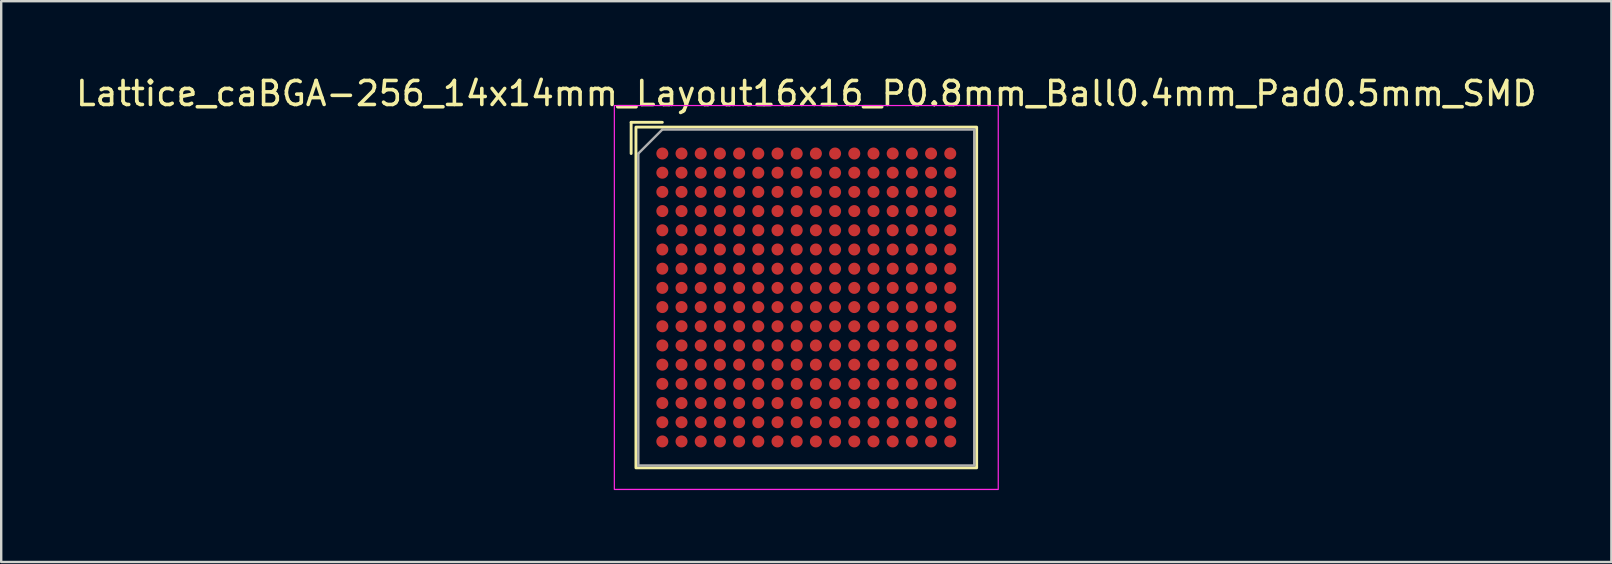
<source format=kicad_pcb>
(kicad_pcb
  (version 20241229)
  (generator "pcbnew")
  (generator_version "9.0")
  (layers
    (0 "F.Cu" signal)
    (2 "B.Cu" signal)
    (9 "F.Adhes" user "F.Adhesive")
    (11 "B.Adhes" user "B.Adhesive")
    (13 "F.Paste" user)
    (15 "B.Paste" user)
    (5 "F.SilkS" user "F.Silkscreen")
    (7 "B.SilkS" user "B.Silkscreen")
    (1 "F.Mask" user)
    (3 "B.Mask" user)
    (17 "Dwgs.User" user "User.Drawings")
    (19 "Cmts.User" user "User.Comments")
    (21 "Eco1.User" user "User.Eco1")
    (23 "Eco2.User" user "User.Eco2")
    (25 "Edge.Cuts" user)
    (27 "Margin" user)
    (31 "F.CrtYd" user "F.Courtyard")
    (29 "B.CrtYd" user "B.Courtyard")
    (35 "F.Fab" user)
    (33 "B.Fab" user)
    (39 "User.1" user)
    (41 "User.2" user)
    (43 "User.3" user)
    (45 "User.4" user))
  (footprint "Lattice_caBGA-256_14x14mm_Layout16x16_P0.8mm_Ball0.4mm_Pad0.5mm_SMD"
    (layer "F.Cu")
    (at 30.554 9.348)
    (property "Reference" "Lattice_caBGA-256_14x14mm_Layout16x16_P0.8mm_Ball0.4mm_Pad0.5mm_SMD" (at 0 -8.5 0) (unlocked yes) (layer "F.SilkS") (effects (font (size 1 1) (thickness 0.15))))
    (attr smd)
    (fp_line (start -7.3 -7.3) (end -7.3 -6) (stroke (width 0.12) (type solid)) (layer "F.SilkS"))
    (fp_line (start -7.3 -7.3) (end -6 -7.3) (stroke (width 0.12) (type solid)) (layer "F.SilkS"))
    (fp_rect (start -7.1 -7.1) (end 7.1 7.1) (stroke (width 0.12) (type solid)) (fill no) (layer "F.SilkS"))
    (fp_rect (start -8 -8) (end 8 8) (stroke (width 0.05) (type solid)) (fill no) (layer "F.CrtYd"))
    (fp_line (start -7 -6) (end -6 -7) (stroke (width 0.1) (type solid)) (layer "F.Fab"))
    (fp_line (start -7 7) (end -7 -6) (stroke (width 0.1) (type solid)) (layer "F.Fab"))
    (fp_line (start -6 -7) (end 7 -7) (stroke (width 0.1) (type solid)) (layer "F.Fab"))
    (fp_line (start 7 -7) (end 7 7) (stroke (width 0.1) (type solid)) (layer "F.Fab"))
    (fp_line (start 7 7) (end -7 7) (stroke (width 0.1) (type solid)) (layer "F.Fab"))
    (pad "A1" smd circle (at -6 -6) (size 0.5 0.5) (layers "F.Cu" "F.Mask" "F.Paste"))
    (pad "A2" smd circle (at -5.2 -6) (size 0.5 0.5) (layers "F.Cu" "F.Mask" "F.Paste"))
    (pad "A3" smd circle (at -4.4 -6) (size 0.5 0.5) (layers "F.Cu" "F.Mask" "F.Paste"))
    (pad "A4" smd circle (at -3.6 -6) (size 0.5 0.5) (layers "F.Cu" "F.Mask" "F.Paste"))
    (pad "A5" smd circle (at -2.8 -6) (size 0.5 0.5) (layers "F.Cu" "F.Mask" "F.Paste"))
    (pad "A6" smd circle (at -2 -6) (size 0.5 0.5) (layers "F.Cu" "F.Mask" "F.Paste"))
    (pad "A7" smd circle (at -1.2 -6) (size 0.5 0.5) (layers "F.Cu" "F.Mask" "F.Paste"))
    (pad "A8" smd circle (at -0.4 -6) (size 0.5 0.5) (layers "F.Cu" "F.Mask" "F.Paste"))
    (pad "A9" smd circle (at 0.4 -6) (size 0.5 0.5) (layers "F.Cu" "F.Mask" "F.Paste"))
    (pad "A10" smd circle (at 1.2 -6) (size 0.5 0.5) (layers "F.Cu" "F.Mask" "F.Paste"))
    (pad "A11" smd circle (at 2 -6) (size 0.5 0.5) (layers "F.Cu" "F.Mask" "F.Paste"))
    (pad "A12" smd circle (at 2.8 -6) (size 0.5 0.5) (layers "F.Cu" "F.Mask" "F.Paste"))
    (pad "A13" smd circle (at 3.6 -6) (size 0.5 0.5) (layers "F.Cu" "F.Mask" "F.Paste"))
    (pad "A14" smd circle (at 4.4 -6) (size 0.5 0.5) (layers "F.Cu" "F.Mask" "F.Paste"))
    (pad "A15" smd circle (at 5.2 -6) (size 0.5 0.5) (layers "F.Cu" "F.Mask" "F.Paste"))
    (pad "A16" smd circle (at 6 -6) (size 0.5 0.5) (layers "F.Cu" "F.Mask" "F.Paste"))
    (pad "B1" smd circle (at -6 -5.2) (size 0.5 0.5) (layers "F.Cu" "F.Mask" "F.Paste"))
    (pad "B2" smd circle (at -5.2 -5.2) (size 0.5 0.5) (layers "F.Cu" "F.Mask" "F.Paste"))
    (pad "B3" smd circle (at -4.4 -5.2) (size 0.5 0.5) (layers "F.Cu" "F.Mask" "F.Paste"))
    (pad "B4" smd circle (at -3.6 -5.2) (size 0.5 0.5) (layers "F.Cu" "F.Mask" "F.Paste"))
    (pad "B5" smd circle (at -2.8 -5.2) (size 0.5 0.5) (layers "F.Cu" "F.Mask" "F.Paste"))
    (pad "B6" smd circle (at -2 -5.2) (size 0.5 0.5) (layers "F.Cu" "F.Mask" "F.Paste"))
    (pad "B7" smd circle (at -1.2 -5.2) (size 0.5 0.5) (layers "F.Cu" "F.Mask" "F.Paste"))
    (pad "B8" smd circle (at -0.4 -5.2) (size 0.5 0.5) (layers "F.Cu" "F.Mask" "F.Paste"))
    (pad "B9" smd circle (at 0.4 -5.2) (size 0.5 0.5) (layers "F.Cu" "F.Mask" "F.Paste"))
    (pad "B10" smd circle (at 1.2 -5.2) (size 0.5 0.5) (layers "F.Cu" "F.Mask" "F.Paste"))
    (pad "B11" smd circle (at 2 -5.2) (size 0.5 0.5) (layers "F.Cu" "F.Mask" "F.Paste"))
    (pad "B12" smd circle (at 2.8 -5.2) (size 0.5 0.5) (layers "F.Cu" "F.Mask" "F.Paste"))
    (pad "B13" smd circle (at 3.6 -5.2) (size 0.5 0.5) (layers "F.Cu" "F.Mask" "F.Paste"))
    (pad "B14" smd circle (at 4.4 -5.2) (size 0.5 0.5) (layers "F.Cu" "F.Mask" "F.Paste"))
    (pad "B15" smd circle (at 5.2 -5.2) (size 0.5 0.5) (layers "F.Cu" "F.Mask" "F.Paste"))
    (pad "B16" smd circle (at 6 -5.2) (size 0.5 0.5) (layers "F.Cu" "F.Mask" "F.Paste"))
    (pad "C1" smd circle (at -6 -4.4) (size 0.5 0.5) (layers "F.Cu" "F.Mask" "F.Paste"))
    (pad "C2" smd circle (at -5.2 -4.4) (size 0.5 0.5) (layers "F.Cu" "F.Mask" "F.Paste"))
    (pad "C3" smd circle (at -4.4 -4.4) (size 0.5 0.5) (layers "F.Cu" "F.Mask" "F.Paste"))
    (pad "C4" smd circle (at -3.6 -4.4) (size 0.5 0.5) (layers "F.Cu" "F.Mask" "F.Paste"))
    (pad "C5" smd circle (at -2.8 -4.4) (size 0.5 0.5) (layers "F.Cu" "F.Mask" "F.Paste"))
    (pad "C6" smd circle (at -2 -4.4) (size 0.5 0.5) (layers "F.Cu" "F.Mask" "F.Paste"))
    (pad "C7" smd circle (at -1.2 -4.4) (size 0.5 0.5) (layers "F.Cu" "F.Mask" "F.Paste"))
    (pad "C8" smd circle (at -0.4 -4.4) (size 0.5 0.5) (layers "F.Cu" "F.Mask" "F.Paste"))
    (pad "C9" smd circle (at 0.4 -4.4) (size 0.5 0.5) (layers "F.Cu" "F.Mask" "F.Paste"))
    (pad "C10" smd circle (at 1.2 -4.4) (size 0.5 0.5) (layers "F.Cu" "F.Mask" "F.Paste"))
    (pad "C11" smd circle (at 2 -4.4) (size 0.5 0.5) (layers "F.Cu" "F.Mask" "F.Paste"))
    (pad "C12" smd circle (at 2.8 -4.4) (size 0.5 0.5) (layers "F.Cu" "F.Mask" "F.Paste"))
    (pad "C13" smd circle (at 3.6 -4.4) (size 0.5 0.5) (layers "F.Cu" "F.Mask" "F.Paste"))
    (pad "C14" smd circle (at 4.4 -4.4) (size 0.5 0.5) (layers "F.Cu" "F.Mask" "F.Paste"))
    (pad "C15" smd circle (at 5.2 -4.4) (size 0.5 0.5) (layers "F.Cu" "F.Mask" "F.Paste"))
    (pad "C16" smd circle (at 6 -4.4) (size 0.5 0.5) (layers "F.Cu" "F.Mask" "F.Paste"))
    (pad "D1" smd circle (at -6 -3.6) (size 0.5 0.5) (layers "F.Cu" "F.Mask" "F.Paste"))
    (pad "D2" smd circle (at -5.2 -3.6) (size 0.5 0.5) (layers "F.Cu" "F.Mask" "F.Paste"))
    (pad "D3" smd circle (at -4.4 -3.6) (size 0.5 0.5) (layers "F.Cu" "F.Mask" "F.Paste"))
    (pad "D4" smd circle (at -3.6 -3.6) (size 0.5 0.5) (layers "F.Cu" "F.Mask" "F.Paste"))
    (pad "D5" smd circle (at -2.8 -3.6) (size 0.5 0.5) (layers "F.Cu" "F.Mask" "F.Paste"))
    (pad "D6" smd circle (at -2 -3.6) (size 0.5 0.5) (layers "F.Cu" "F.Mask" "F.Paste"))
    (pad "D7" smd circle (at -1.2 -3.6) (size 0.5 0.5) (layers "F.Cu" "F.Mask" "F.Paste"))
    (pad "D8" smd circle (at -0.4 -3.6) (size 0.5 0.5) (layers "F.Cu" "F.Mask" "F.Paste"))
    (pad "D9" smd circle (at 0.4 -3.6) (size 0.5 0.5) (layers "F.Cu" "F.Mask" "F.Paste"))
    (pad "D10" smd circle (at 1.2 -3.6) (size 0.5 0.5) (layers "F.Cu" "F.Mask" "F.Paste"))
    (pad "D11" smd circle (at 2 -3.6) (size 0.5 0.5) (layers "F.Cu" "F.Mask" "F.Paste"))
    (pad "D12" smd circle (at 2.8 -3.6) (size 0.5 0.5) (layers "F.Cu" "F.Mask" "F.Paste"))
    (pad "D13" smd circle (at 3.6 -3.6) (size 0.5 0.5) (layers "F.Cu" "F.Mask" "F.Paste"))
    (pad "D14" smd circle (at 4.4 -3.6) (size 0.5 0.5) (layers "F.Cu" "F.Mask" "F.Paste"))
    (pad "D15" smd circle (at 5.2 -3.6) (size 0.5 0.5) (layers "F.Cu" "F.Mask" "F.Paste"))
    (pad "D16" smd circle (at 6 -3.6) (size 0.5 0.5) (layers "F.Cu" "F.Mask" "F.Paste"))
    (pad "E1" smd circle (at -6 -2.8) (size 0.5 0.5) (layers "F.Cu" "F.Mask" "F.Paste"))
    (pad "E2" smd circle (at -5.2 -2.8) (size 0.5 0.5) (layers "F.Cu" "F.Mask" "F.Paste"))
    (pad "E3" smd circle (at -4.4 -2.8) (size 0.5 0.5) (layers "F.Cu" "F.Mask" "F.Paste"))
    (pad "E4" smd circle (at -3.6 -2.8) (size 0.5 0.5) (layers "F.Cu" "F.Mask" "F.Paste"))
    (pad "E5" smd circle (at -2.8 -2.8) (size 0.5 0.5) (layers "F.Cu" "F.Mask" "F.Paste"))
    (pad "E6" smd circle (at -2 -2.8) (size 0.5 0.5) (layers "F.Cu" "F.Mask" "F.Paste"))
    (pad "E7" smd circle (at -1.2 -2.8) (size 0.5 0.5) (layers "F.Cu" "F.Mask" "F.Paste"))
    (pad "E8" smd circle (at -0.4 -2.8) (size 0.5 0.5) (layers "F.Cu" "F.Mask" "F.Paste"))
    (pad "E9" smd circle (at 0.4 -2.8) (size 0.5 0.5) (layers "F.Cu" "F.Mask" "F.Paste"))
    (pad "E10" smd circle (at 1.2 -2.8) (size 0.5 0.5) (layers "F.Cu" "F.Mask" "F.Paste"))
    (pad "E11" smd circle (at 2 -2.8) (size 0.5 0.5) (layers "F.Cu" "F.Mask" "F.Paste"))
    (pad "E12" smd circle (at 2.8 -2.8) (size 0.5 0.5) (layers "F.Cu" "F.Mask" "F.Paste"))
    (pad "E13" smd circle (at 3.6 -2.8) (size 0.5 0.5) (layers "F.Cu" "F.Mask" "F.Paste"))
    (pad "E14" smd circle (at 4.4 -2.8) (size 0.5 0.5) (layers "F.Cu" "F.Mask" "F.Paste"))
    (pad "E15" smd circle (at 5.2 -2.8) (size 0.5 0.5) (layers "F.Cu" "F.Mask" "F.Paste"))
    (pad "E16" smd circle (at 6 -2.8) (size 0.5 0.5) (layers "F.Cu" "F.Mask" "F.Paste"))
    (pad "F1" smd circle (at -6 -2) (size 0.5 0.5) (layers "F.Cu" "F.Mask" "F.Paste"))
    (pad "F2" smd circle (at -5.2 -2) (size 0.5 0.5) (layers "F.Cu" "F.Mask" "F.Paste"))
    (pad "F3" smd circle (at -4.4 -2) (size 0.5 0.5) (layers "F.Cu" "F.Mask" "F.Paste"))
    (pad "F4" smd circle (at -3.6 -2) (size 0.5 0.5) (layers "F.Cu" "F.Mask" "F.Paste"))
    (pad "F5" smd circle (at -2.8 -2) (size 0.5 0.5) (layers "F.Cu" "F.Mask" "F.Paste"))
    (pad "F6" smd circle (at -2 -2) (size 0.5 0.5) (layers "F.Cu" "F.Mask" "F.Paste"))
    (pad "F7" smd circle (at -1.2 -2) (size 0.5 0.5) (layers "F.Cu" "F.Mask" "F.Paste"))
    (pad "F8" smd circle (at -0.4 -2) (size 0.5 0.5) (layers "F.Cu" "F.Mask" "F.Paste"))
    (pad "F9" smd circle (at 0.4 -2) (size 0.5 0.5) (layers "F.Cu" "F.Mask" "F.Paste"))
    (pad "F10" smd circle (at 1.2 -2) (size 0.5 0.5) (layers "F.Cu" "F.Mask" "F.Paste"))
    (pad "F11" smd circle (at 2 -2) (size 0.5 0.5) (layers "F.Cu" "F.Mask" "F.Paste"))
    (pad "F12" smd circle (at 2.8 -2) (size 0.5 0.5) (layers "F.Cu" "F.Mask" "F.Paste"))
    (pad "F13" smd circle (at 3.6 -2) (size 0.5 0.5) (layers "F.Cu" "F.Mask" "F.Paste"))
    (pad "F14" smd circle (at 4.4 -2) (size 0.5 0.5) (layers "F.Cu" "F.Mask" "F.Paste"))
    (pad "F15" smd circle (at 5.2 -2) (size 0.5 0.5) (layers "F.Cu" "F.Mask" "F.Paste"))
    (pad "F16" smd circle (at 6 -2) (size 0.5 0.5) (layers "F.Cu" "F.Mask" "F.Paste"))
    (pad "G1" smd circle (at -6 -1.2) (size 0.5 0.5) (layers "F.Cu" "F.Mask" "F.Paste"))
    (pad "G2" smd circle (at -5.2 -1.2) (size 0.5 0.5) (layers "F.Cu" "F.Mask" "F.Paste"))
    (pad "G3" smd circle (at -4.4 -1.2) (size 0.5 0.5) (layers "F.Cu" "F.Mask" "F.Paste"))
    (pad "G4" smd circle (at -3.6 -1.2) (size 0.5 0.5) (layers "F.Cu" "F.Mask" "F.Paste"))
    (pad "G5" smd circle (at -2.8 -1.2) (size 0.5 0.5) (layers "F.Cu" "F.Mask" "F.Paste"))
    (pad "G6" smd circle (at -2 -1.2) (size 0.5 0.5) (layers "F.Cu" "F.Mask" "F.Paste"))
    (pad "G7" smd circle (at -1.2 -1.2) (size 0.5 0.5) (layers "F.Cu" "F.Mask" "F.Paste"))
    (pad "G8" smd circle (at -0.4 -1.2) (size 0.5 0.5) (layers "F.Cu" "F.Mask" "F.Paste"))
    (pad "G9" smd circle (at 0.4 -1.2) (size 0.5 0.5) (layers "F.Cu" "F.Mask" "F.Paste"))
    (pad "G10" smd circle (at 1.2 -1.2) (size 0.5 0.5) (layers "F.Cu" "F.Mask" "F.Paste"))
    (pad "G11" smd circle (at 2 -1.2) (size 0.5 0.5) (layers "F.Cu" "F.Mask" "F.Paste"))
    (pad "G12" smd circle (at 2.8 -1.2) (size 0.5 0.5) (layers "F.Cu" "F.Mask" "F.Paste"))
    (pad "G13" smd circle (at 3.6 -1.2) (size 0.5 0.5) (layers "F.Cu" "F.Mask" "F.Paste"))
    (pad "G14" smd circle (at 4.4 -1.2) (size 0.5 0.5) (layers "F.Cu" "F.Mask" "F.Paste"))
    (pad "G15" smd circle (at 5.2 -1.2) (size 0.5 0.5) (layers "F.Cu" "F.Mask" "F.Paste"))
    (pad "G16" smd circle (at 6 -1.2) (size 0.5 0.5) (layers "F.Cu" "F.Mask" "F.Paste"))
    (pad "H1" smd circle (at -6 -0.4) (size 0.5 0.5) (layers "F.Cu" "F.Mask" "F.Paste"))
    (pad "H2" smd circle (at -5.2 -0.4) (size 0.5 0.5) (layers "F.Cu" "F.Mask" "F.Paste"))
    (pad "H3" smd circle (at -4.4 -0.4) (size 0.5 0.5) (layers "F.Cu" "F.Mask" "F.Paste"))
    (pad "H4" smd circle (at -3.6 -0.4) (size 0.5 0.5) (layers "F.Cu" "F.Mask" "F.Paste"))
    (pad "H5" smd circle (at -2.8 -0.4) (size 0.5 0.5) (layers "F.Cu" "F.Mask" "F.Paste"))
    (pad "H6" smd circle (at -2 -0.4) (size 0.5 0.5) (layers "F.Cu" "F.Mask" "F.Paste"))
    (pad "H7" smd circle (at -1.2 -0.4) (size 0.5 0.5) (layers "F.Cu" "F.Mask" "F.Paste"))
    (pad "H8" smd circle (at -0.4 -0.4) (size 0.5 0.5) (layers "F.Cu" "F.Mask" "F.Paste"))
    (pad "H9" smd circle (at 0.4 -0.4) (size 0.5 0.5) (layers "F.Cu" "F.Mask" "F.Paste"))
    (pad "H10" smd circle (at 1.2 -0.4) (size 0.5 0.5) (layers "F.Cu" "F.Mask" "F.Paste"))
    (pad "H11" smd circle (at 2 -0.4) (size 0.5 0.5) (layers "F.Cu" "F.Mask" "F.Paste"))
    (pad "H12" smd circle (at 2.8 -0.4) (size 0.5 0.5) (layers "F.Cu" "F.Mask" "F.Paste"))
    (pad "H13" smd circle (at 3.6 -0.4) (size 0.5 0.5) (layers "F.Cu" "F.Mask" "F.Paste"))
    (pad "H14" smd circle (at 4.4 -0.4) (size 0.5 0.5) (layers "F.Cu" "F.Mask" "F.Paste"))
    (pad "H15" smd circle (at 5.2 -0.4) (size 0.5 0.5) (layers "F.Cu" "F.Mask" "F.Paste"))
    (pad "H16" smd circle (at 6 -0.4) (size 0.5 0.5) (layers "F.Cu" "F.Mask" "F.Paste"))
    (pad "J1" smd circle (at -6 0.4) (size 0.5 0.5) (layers "F.Cu" "F.Mask" "F.Paste"))
    (pad "J2" smd circle (at -5.2 0.4) (size 0.5 0.5) (layers "F.Cu" "F.Mask" "F.Paste"))
    (pad "J3" smd circle (at -4.4 0.4) (size 0.5 0.5) (layers "F.Cu" "F.Mask" "F.Paste"))
    (pad "J4" smd circle (at -3.6 0.4) (size 0.5 0.5) (layers "F.Cu" "F.Mask" "F.Paste"))
    (pad "J5" smd circle (at -2.8 0.4) (size 0.5 0.5) (layers "F.Cu" "F.Mask" "F.Paste"))
    (pad "J6" smd circle (at -2 0.4) (size 0.5 0.5) (layers "F.Cu" "F.Mask" "F.Paste"))
    (pad "J7" smd circle (at -1.2 0.4) (size 0.5 0.5) (layers "F.Cu" "F.Mask" "F.Paste"))
    (pad "J8" smd circle (at -0.4 0.4) (size 0.5 0.5) (layers "F.Cu" "F.Mask" "F.Paste"))
    (pad "J9" smd circle (at 0.4 0.4) (size 0.5 0.5) (layers "F.Cu" "F.Mask" "F.Paste"))
    (pad "J10" smd circle (at 1.2 0.4) (size 0.5 0.5) (layers "F.Cu" "F.Mask" "F.Paste"))
    (pad "J11" smd circle (at 2 0.4) (size 0.5 0.5) (layers "F.Cu" "F.Mask" "F.Paste"))
    (pad "J12" smd circle (at 2.8 0.4) (size 0.5 0.5) (layers "F.Cu" "F.Mask" "F.Paste"))
    (pad "J13" smd circle (at 3.6 0.4) (size 0.5 0.5) (layers "F.Cu" "F.Mask" "F.Paste"))
    (pad "J14" smd circle (at 4.4 0.4) (size 0.5 0.5) (layers "F.Cu" "F.Mask" "F.Paste"))
    (pad "J15" smd circle (at 5.2 0.4) (size 0.5 0.5) (layers "F.Cu" "F.Mask" "F.Paste"))
    (pad "J16" smd circle (at 6 0.4) (size 0.5 0.5) (layers "F.Cu" "F.Mask" "F.Paste"))
    (pad "K1" smd circle (at -6 1.2) (size 0.5 0.5) (layers "F.Cu" "F.Mask" "F.Paste"))
    (pad "K2" smd circle (at -5.2 1.2) (size 0.5 0.5) (layers "F.Cu" "F.Mask" "F.Paste"))
    (pad "K3" smd circle (at -4.4 1.2) (size 0.5 0.5) (layers "F.Cu" "F.Mask" "F.Paste"))
    (pad "K4" smd circle (at -3.6 1.2) (size 0.5 0.5) (layers "F.Cu" "F.Mask" "F.Paste"))
    (pad "K5" smd circle (at -2.8 1.2) (size 0.5 0.5) (layers "F.Cu" "F.Mask" "F.Paste"))
    (pad "K6" smd circle (at -2 1.2) (size 0.5 0.5) (layers "F.Cu" "F.Mask" "F.Paste"))
    (pad "K7" smd circle (at -1.2 1.2) (size 0.5 0.5) (layers "F.Cu" "F.Mask" "F.Paste"))
    (pad "K8" smd circle (at -0.4 1.2) (size 0.5 0.5) (layers "F.Cu" "F.Mask" "F.Paste"))
    (pad "K9" smd circle (at 0.4 1.2) (size 0.5 0.5) (layers "F.Cu" "F.Mask" "F.Paste"))
    (pad "K10" smd circle (at 1.2 1.2) (size 0.5 0.5) (layers "F.Cu" "F.Mask" "F.Paste"))
    (pad "K11" smd circle (at 2 1.2) (size 0.5 0.5) (layers "F.Cu" "F.Mask" "F.Paste"))
    (pad "K12" smd circle (at 2.8 1.2) (size 0.5 0.5) (layers "F.Cu" "F.Mask" "F.Paste"))
    (pad "K13" smd circle (at 3.6 1.2) (size 0.5 0.5) (layers "F.Cu" "F.Mask" "F.Paste"))
    (pad "K14" smd circle (at 4.4 1.2) (size 0.5 0.5) (layers "F.Cu" "F.Mask" "F.Paste"))
    (pad "K15" smd circle (at 5.2 1.2) (size 0.5 0.5) (layers "F.Cu" "F.Mask" "F.Paste"))
    (pad "K16" smd circle (at 6 1.2) (size 0.5 0.5) (layers "F.Cu" "F.Mask" "F.Paste"))
    (pad "L1" smd circle (at -6 2) (size 0.5 0.5) (layers "F.Cu" "F.Mask" "F.Paste"))
    (pad "L2" smd circle (at -5.2 2) (size 0.5 0.5) (layers "F.Cu" "F.Mask" "F.Paste"))
    (pad "L3" smd circle (at -4.4 2) (size 0.5 0.5) (layers "F.Cu" "F.Mask" "F.Paste"))
    (pad "L4" smd circle (at -3.6 2) (size 0.5 0.5) (layers "F.Cu" "F.Mask" "F.Paste"))
    (pad "L5" smd circle (at -2.8 2) (size 0.5 0.5) (layers "F.Cu" "F.Mask" "F.Paste"))
    (pad "L6" smd circle (at -2 2) (size 0.5 0.5) (layers "F.Cu" "F.Mask" "F.Paste"))
    (pad "L7" smd circle (at -1.2 2) (size 0.5 0.5) (layers "F.Cu" "F.Mask" "F.Paste"))
    (pad "L8" smd circle (at -0.4 2) (size 0.5 0.5) (layers "F.Cu" "F.Mask" "F.Paste"))
    (pad "L9" smd circle (at 0.4 2) (size 0.5 0.5) (layers "F.Cu" "F.Mask" "F.Paste"))
    (pad "L10" smd circle (at 1.2 2) (size 0.5 0.5) (layers "F.Cu" "F.Mask" "F.Paste"))
    (pad "L11" smd circle (at 2 2) (size 0.5 0.5) (layers "F.Cu" "F.Mask" "F.Paste"))
    (pad "L12" smd circle (at 2.8 2) (size 0.5 0.5) (layers "F.Cu" "F.Mask" "F.Paste"))
    (pad "L13" smd circle (at 3.6 2) (size 0.5 0.5) (layers "F.Cu" "F.Mask" "F.Paste"))
    (pad "L14" smd circle (at 4.4 2) (size 0.5 0.5) (layers "F.Cu" "F.Mask" "F.Paste"))
    (pad "L15" smd circle (at 5.2 2) (size 0.5 0.5) (layers "F.Cu" "F.Mask" "F.Paste"))
    (pad "L16" smd circle (at 6 2) (size 0.5 0.5) (layers "F.Cu" "F.Mask" "F.Paste"))
    (pad "M1" smd circle (at -6 2.8) (size 0.5 0.5) (layers "F.Cu" "F.Mask" "F.Paste"))
    (pad "M2" smd circle (at -5.2 2.8) (size 0.5 0.5) (layers "F.Cu" "F.Mask" "F.Paste"))
    (pad "M3" smd circle (at -4.4 2.8) (size 0.5 0.5) (layers "F.Cu" "F.Mask" "F.Paste"))
    (pad "M4" smd circle (at -3.6 2.8) (size 0.5 0.5) (layers "F.Cu" "F.Mask" "F.Paste"))
    (pad "M5" smd circle (at -2.8 2.8) (size 0.5 0.5) (layers "F.Cu" "F.Mask" "F.Paste"))
    (pad "M6" smd circle (at -2 2.8) (size 0.5 0.5) (layers "F.Cu" "F.Mask" "F.Paste"))
    (pad "M7" smd circle (at -1.2 2.8) (size 0.5 0.5) (layers "F.Cu" "F.Mask" "F.Paste"))
    (pad "M8" smd circle (at -0.4 2.8) (size 0.5 0.5) (layers "F.Cu" "F.Mask" "F.Paste"))
    (pad "M9" smd circle (at 0.4 2.8) (size 0.5 0.5) (layers "F.Cu" "F.Mask" "F.Paste"))
    (pad "M10" smd circle (at 1.2 2.8) (size 0.5 0.5) (layers "F.Cu" "F.Mask" "F.Paste"))
    (pad "M11" smd circle (at 2 2.8) (size 0.5 0.5) (layers "F.Cu" "F.Mask" "F.Paste"))
    (pad "M12" smd circle (at 2.8 2.8) (size 0.5 0.5) (layers "F.Cu" "F.Mask" "F.Paste"))
    (pad "M13" smd circle (at 3.6 2.8) (size 0.5 0.5) (layers "F.Cu" "F.Mask" "F.Paste"))
    (pad "M14" smd circle (at 4.4 2.8) (size 0.5 0.5) (layers "F.Cu" "F.Mask" "F.Paste"))
    (pad "M15" smd circle (at 5.2 2.8) (size 0.5 0.5) (layers "F.Cu" "F.Mask" "F.Paste"))
    (pad "M16" smd circle (at 6 2.8) (size 0.5 0.5) (layers "F.Cu" "F.Mask" "F.Paste"))
    (pad "N1" smd circle (at -6 3.6) (size 0.5 0.5) (layers "F.Cu" "F.Mask" "F.Paste"))
    (pad "N2" smd circle (at -5.2 3.6) (size 0.5 0.5) (layers "F.Cu" "F.Mask" "F.Paste"))
    (pad "N3" smd circle (at -4.4 3.6) (size 0.5 0.5) (layers "F.Cu" "F.Mask" "F.Paste"))
    (pad "N4" smd circle (at -3.6 3.6) (size 0.5 0.5) (layers "F.Cu" "F.Mask" "F.Paste"))
    (pad "N5" smd circle (at -2.8 3.6) (size 0.5 0.5) (layers "F.Cu" "F.Mask" "F.Paste"))
    (pad "N6" smd circle (at -2 3.6) (size 0.5 0.5) (layers "F.Cu" "F.Mask" "F.Paste"))
    (pad "N7" smd circle (at -1.2 3.6) (size 0.5 0.5) (layers "F.Cu" "F.Mask" "F.Paste"))
    (pad "N8" smd circle (at -0.4 3.6) (size 0.5 0.5) (layers "F.Cu" "F.Mask" "F.Paste"))
    (pad "N9" smd circle (at 0.4 3.6) (size 0.5 0.5) (layers "F.Cu" "F.Mask" "F.Paste"))
    (pad "N10" smd circle (at 1.2 3.6) (size 0.5 0.5) (layers "F.Cu" "F.Mask" "F.Paste"))
    (pad "N11" smd circle (at 2 3.6) (size 0.5 0.5) (layers "F.Cu" "F.Mask" "F.Paste"))
    (pad "N12" smd circle (at 2.8 3.6) (size 0.5 0.5) (layers "F.Cu" "F.Mask" "F.Paste"))
    (pad "N13" smd circle (at 3.6 3.6) (size 0.5 0.5) (layers "F.Cu" "F.Mask" "F.Paste"))
    (pad "N14" smd circle (at 4.4 3.6) (size 0.5 0.5) (layers "F.Cu" "F.Mask" "F.Paste"))
    (pad "N15" smd circle (at 5.2 3.6) (size 0.5 0.5) (layers "F.Cu" "F.Mask" "F.Paste"))
    (pad "N16" smd circle (at 6 3.6) (size 0.5 0.5) (layers "F.Cu" "F.Mask" "F.Paste"))
    (pad "P1" smd circle (at -6 4.4) (size 0.5 0.5) (layers "F.Cu" "F.Mask" "F.Paste"))
    (pad "P2" smd circle (at -5.2 4.4) (size 0.5 0.5) (layers "F.Cu" "F.Mask" "F.Paste"))
    (pad "P3" smd circle (at -4.4 4.4) (size 0.5 0.5) (layers "F.Cu" "F.Mask" "F.Paste"))
    (pad "P4" smd circle (at -3.6 4.4) (size 0.5 0.5) (layers "F.Cu" "F.Mask" "F.Paste"))
    (pad "P5" smd circle (at -2.8 4.4) (size 0.5 0.5) (layers "F.Cu" "F.Mask" "F.Paste"))
    (pad "P6" smd circle (at -2 4.4) (size 0.5 0.5) (layers "F.Cu" "F.Mask" "F.Paste"))
    (pad "P7" smd circle (at -1.2 4.4) (size 0.5 0.5) (layers "F.Cu" "F.Mask" "F.Paste"))
    (pad "P8" smd circle (at -0.4 4.4) (size 0.5 0.5) (layers "F.Cu" "F.Mask" "F.Paste"))
    (pad "P9" smd circle (at 0.4 4.4) (size 0.5 0.5) (layers "F.Cu" "F.Mask" "F.Paste"))
    (pad "P10" smd circle (at 1.2 4.4) (size 0.5 0.5) (layers "F.Cu" "F.Mask" "F.Paste"))
    (pad "P11" smd circle (at 2 4.4) (size 0.5 0.5) (layers "F.Cu" "F.Mask" "F.Paste"))
    (pad "P12" smd circle (at 2.8 4.4) (size 0.5 0.5) (layers "F.Cu" "F.Mask" "F.Paste"))
    (pad "P13" smd circle (at 3.6 4.4) (size 0.5 0.5) (layers "F.Cu" "F.Mask" "F.Paste"))
    (pad "P14" smd circle (at 4.4 4.4) (size 0.5 0.5) (layers "F.Cu" "F.Mask" "F.Paste"))
    (pad "P15" smd circle (at 5.2 4.4) (size 0.5 0.5) (layers "F.Cu" "F.Mask" "F.Paste"))
    (pad "P16" smd circle (at 6 4.4) (size 0.5 0.5) (layers "F.Cu" "F.Mask" "F.Paste"))
    (pad "R1" smd circle (at -6 5.2) (size 0.5 0.5) (layers "F.Cu" "F.Mask" "F.Paste"))
    (pad "R2" smd circle (at -5.2 5.2) (size 0.5 0.5) (layers "F.Cu" "F.Mask" "F.Paste"))
    (pad "R3" smd circle (at -4.4 5.2) (size 0.5 0.5) (layers "F.Cu" "F.Mask" "F.Paste"))
    (pad "R4" smd circle (at -3.6 5.2) (size 0.5 0.5) (layers "F.Cu" "F.Mask" "F.Paste"))
    (pad "R5" smd circle (at -2.8 5.2) (size 0.5 0.5) (layers "F.Cu" "F.Mask" "F.Paste"))
    (pad "R6" smd circle (at -2 5.2) (size 0.5 0.5) (layers "F.Cu" "F.Mask" "F.Paste"))
    (pad "R7" smd circle (at -1.2 5.2) (size 0.5 0.5) (layers "F.Cu" "F.Mask" "F.Paste"))
    (pad "R8" smd circle (at -0.4 5.2) (size 0.5 0.5) (layers "F.Cu" "F.Mask" "F.Paste"))
    (pad "R9" smd circle (at 0.4 5.2) (size 0.5 0.5) (layers "F.Cu" "F.Mask" "F.Paste"))
    (pad "R10" smd circle (at 1.2 5.2) (size 0.5 0.5) (layers "F.Cu" "F.Mask" "F.Paste"))
    (pad "R11" smd circle (at 2 5.2) (size 0.5 0.5) (layers "F.Cu" "F.Mask" "F.Paste"))
    (pad "R12" smd circle (at 2.8 5.2) (size 0.5 0.5) (layers "F.Cu" "F.Mask" "F.Paste"))
    (pad "R13" smd circle (at 3.6 5.2) (size 0.5 0.5) (layers "F.Cu" "F.Mask" "F.Paste"))
    (pad "R14" smd circle (at 4.4 5.2) (size 0.5 0.5) (layers "F.Cu" "F.Mask" "F.Paste"))
    (pad "R15" smd circle (at 5.2 5.2) (size 0.5 0.5) (layers "F.Cu" "F.Mask" "F.Paste"))
    (pad "R16" smd circle (at 6 5.2) (size 0.5 0.5) (layers "F.Cu" "F.Mask" "F.Paste"))
    (pad "T1" smd circle (at -6 6) (size 0.5 0.5) (layers "F.Cu" "F.Mask" "F.Paste"))
    (pad "T2" smd circle (at -5.2 6) (size 0.5 0.5) (layers "F.Cu" "F.Mask" "F.Paste"))
    (pad "T3" smd circle (at -4.4 6) (size 0.5 0.5) (layers "F.Cu" "F.Mask" "F.Paste"))
    (pad "T4" smd circle (at -3.6 6) (size 0.5 0.5) (layers "F.Cu" "F.Mask" "F.Paste"))
    (pad "T5" smd circle (at -2.8 6) (size 0.5 0.5) (layers "F.Cu" "F.Mask" "F.Paste"))
    (pad "T6" smd circle (at -2 6) (size 0.5 0.5) (layers "F.Cu" "F.Mask" "F.Paste"))
    (pad "T7" smd circle (at -1.2 6) (size 0.5 0.5) (layers "F.Cu" "F.Mask" "F.Paste"))
    (pad "T8" smd circle (at -0.4 6) (size 0.5 0.5) (layers "F.Cu" "F.Mask" "F.Paste"))
    (pad "T9" smd circle (at 0.4 6) (size 0.5 0.5) (layers "F.Cu" "F.Mask" "F.Paste"))
    (pad "T10" smd circle (at 1.2 6) (size 0.5 0.5) (layers "F.Cu" "F.Mask" "F.Paste"))
    (pad "T11" smd circle (at 2 6) (size 0.5 0.5) (layers "F.Cu" "F.Mask" "F.Paste"))
    (pad "T12" smd circle (at 2.8 6) (size 0.5 0.5) (layers "F.Cu" "F.Mask" "F.Paste"))
    (pad "T13" smd circle (at 3.6 6) (size 0.5 0.5) (layers "F.Cu" "F.Mask" "F.Paste"))
    (pad "T14" smd circle (at 4.4 6) (size 0.5 0.5) (layers "F.Cu" "F.Mask" "F.Paste"))
    (pad "T15" smd circle (at 5.2 6) (size 0.5 0.5) (layers "F.Cu" "F.Mask" "F.Paste"))
    (pad "T16" smd circle (at 6 6) (size 0.5 0.5) (layers "F.Cu" "F.Mask" "F.Paste")))
  (gr_rect
    (start -3 -3)
    (end 64.107 20.373)
    (stroke (width 0.1) (type default))
    (fill no)
    (layer "Edge.Cuts")))
</source>
